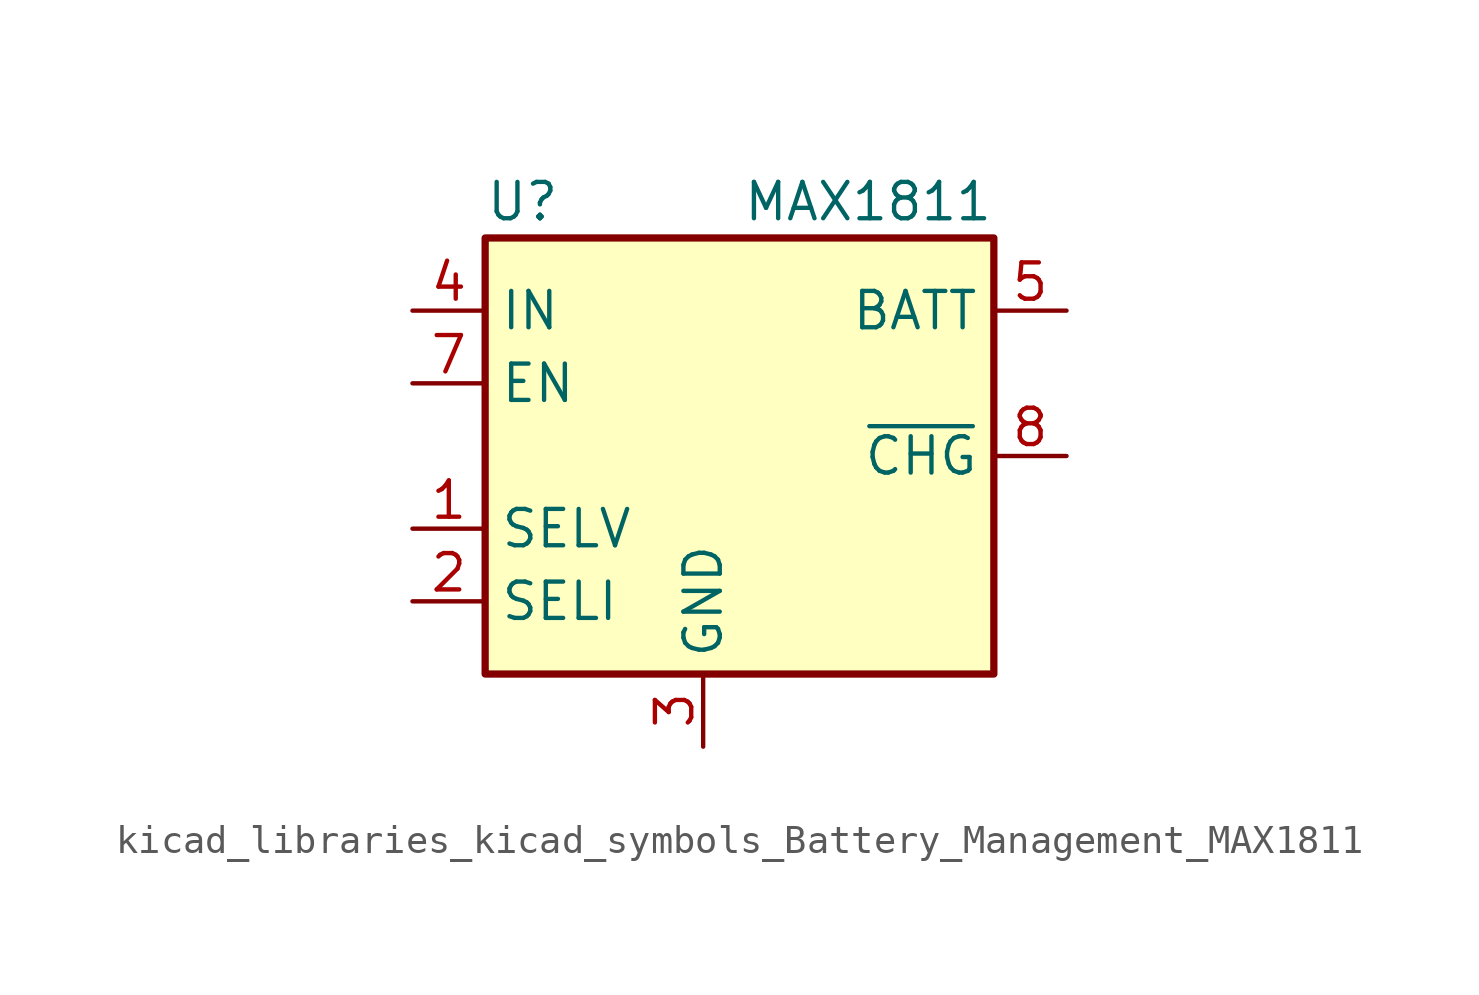
<source format=kicad_sym>
(kicad_symbol_lib
  (version 20220914)
  (generator kicad_symbol_editor)
  (symbol "kicad_libraries_kicad_symbols_Battery_Management_MAX1811"
    (property "Reference" "U"
      (at -7.62 8.89 0)
      (effects (font (size 1.27 1.27)) (justify left)))
    (property "Value" "MAX1811"
      (at 10.16 8.89 0)
      (effects (font (size 1.27 1.27)) (justify right)))
    (symbol "kicad_libraries_kicad_symbols_Battery_Management_MAX1811_0_1"
      (rectangle (start -7.62 7.62) (end 10.16 -7.62) (stroke (width 0.254) (type default)) (fill (type background))))
    (symbol "kicad_libraries_kicad_symbols_Battery_Management_MAX1811_1_1"
      (pin input line (at -10.16 -2.54 0) (length 2.54) (name "SELV" (effects (font (size 1.27 1.27)))) (number "1" (effects (font (size 1.27 1.27)))))
      (pin input line (at -10.16 -5.08 0) (length 2.54) (name "SELI" (effects (font (size 1.27 1.27)))) (number "2" (effects (font (size 1.27 1.27)))))
      (pin power_in line (at 0 -10.16 90) (length 2.54) (name "GND" (effects (font (size 1.27 1.27)))) (number "3" (effects (font (size 1.27 1.27)))))
      (pin power_in line (at -10.16 5.08 0) (length 2.54) (name "IN" (effects (font (size 1.27 1.27)))) (number "4" (effects (font (size 1.27 1.27)))))
      (pin power_out line (at 12.7 5.08 180) (length 2.54) (name "BATT" (effects (font (size 1.27 1.27)))) (number "5" (effects (font (size 1.27 1.27)))))
      (pin passive line (at 0 -10.16 90) (length 2.54) hide (name "GND" (effects (font (size 1.27 1.27)))) (number "6" (effects (font (size 1.27 1.27)))))
      (pin input line (at -10.16 2.54 0) (length 2.54) (name "EN" (effects (font (size 1.27 1.27)))) (number "7" (effects (font (size 1.27 1.27)))))
      (pin open_collector line (at 12.7 0 180) (length 2.54) (name "~{CHG}" (effects (font (size 1.27 1.27)))) (number "8" (effects (font (size 1.27 1.27))))))))
</source>
